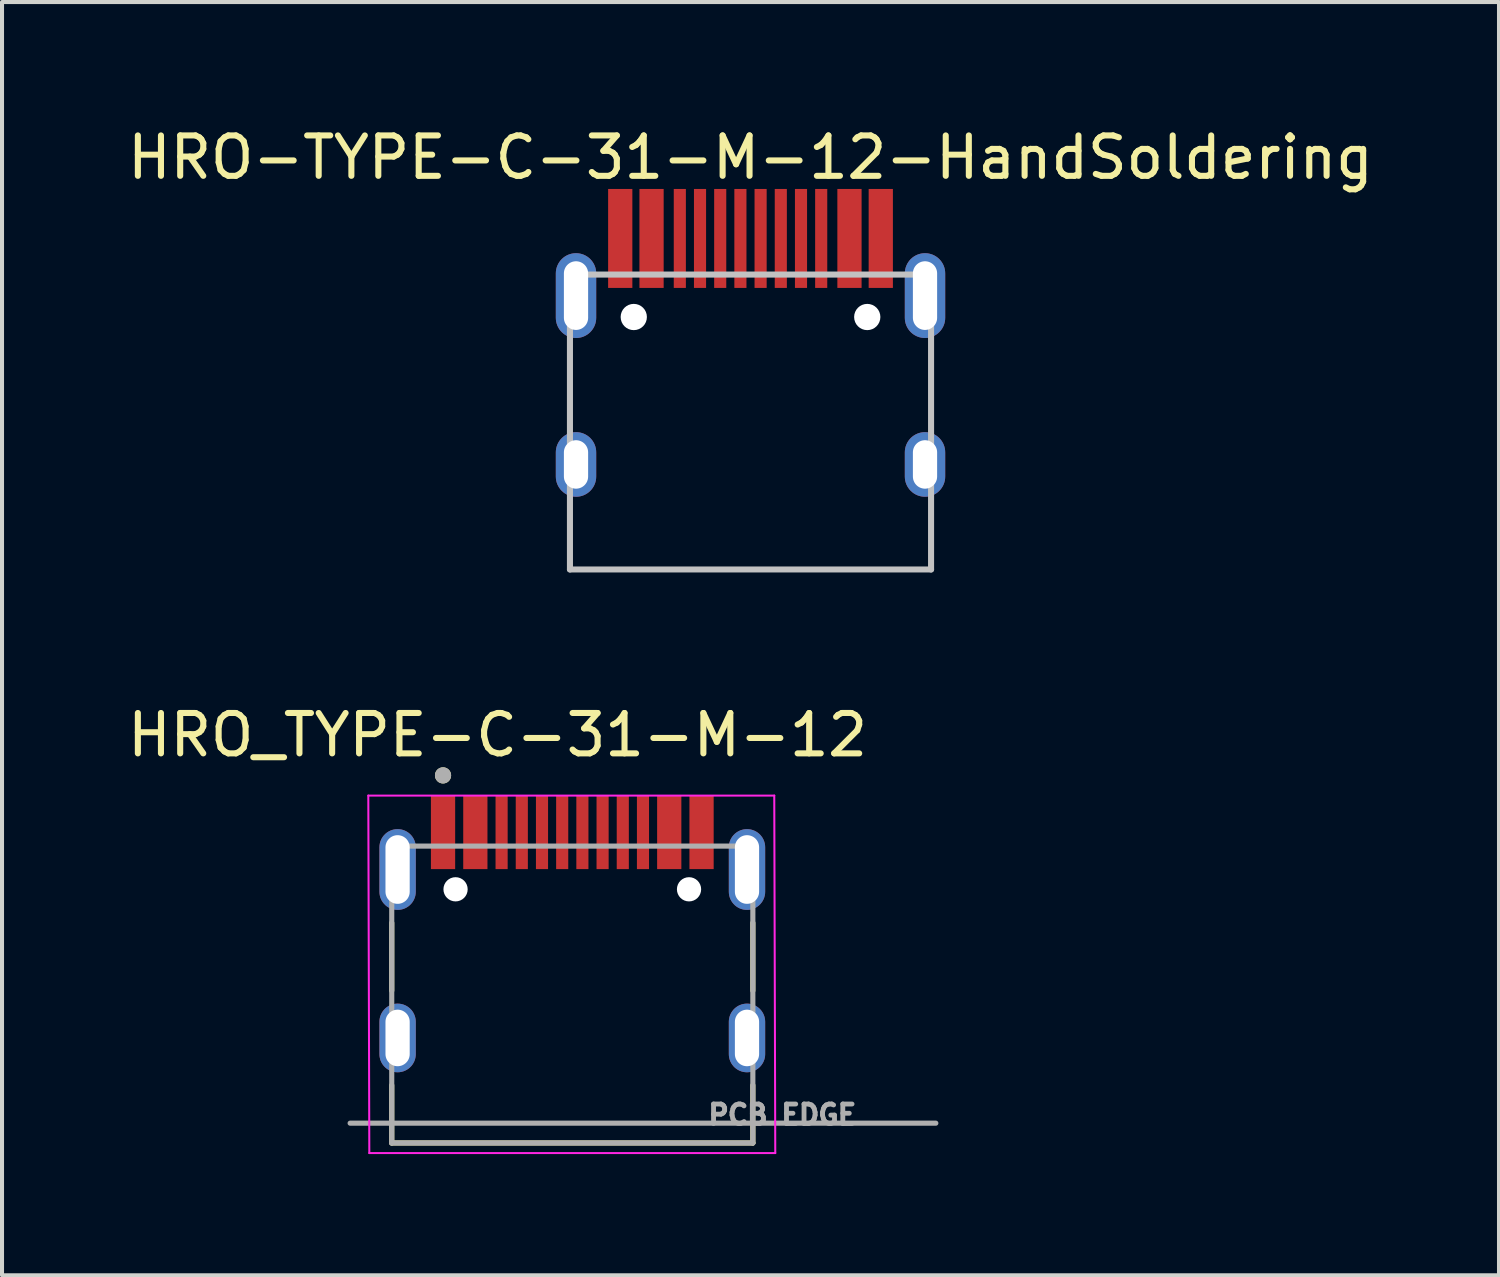
<source format=kicad_pcb>
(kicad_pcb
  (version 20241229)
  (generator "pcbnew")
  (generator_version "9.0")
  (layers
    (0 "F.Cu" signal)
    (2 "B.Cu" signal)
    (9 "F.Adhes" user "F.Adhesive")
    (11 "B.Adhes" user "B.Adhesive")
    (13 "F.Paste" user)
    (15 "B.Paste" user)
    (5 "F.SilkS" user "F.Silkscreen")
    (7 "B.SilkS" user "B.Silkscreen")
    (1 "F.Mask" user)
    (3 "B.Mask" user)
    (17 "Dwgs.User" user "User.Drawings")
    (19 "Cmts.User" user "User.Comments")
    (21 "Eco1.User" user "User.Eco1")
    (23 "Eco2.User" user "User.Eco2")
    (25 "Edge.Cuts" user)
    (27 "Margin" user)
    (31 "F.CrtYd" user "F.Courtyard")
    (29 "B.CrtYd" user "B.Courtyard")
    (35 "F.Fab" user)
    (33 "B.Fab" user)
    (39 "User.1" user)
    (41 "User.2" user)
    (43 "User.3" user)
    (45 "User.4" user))
  (footprint "HRO_TYPE-C-31-M-12"
    (layer "F.Cu")
    (at 11.118 22.646)
    (property "Reference" "HRO_TYPE-C-31-M-12" (at -1.85 -7.5 0) (layer "F.SilkS") (effects (font (size 1 1) (thickness 0.15))))
    (attr smd)
    (fp_poly (pts (xy -3.55 -6) (xy -2.85 -6) (xy -2.85 -4.13) (xy -3.55 -4.13)) (stroke (width 0.01) (type solid)) (fill yes) (layer "F.Mask"))
    (fp_poly (pts (xy -2.75 -6) (xy -2.05 -6) (xy -2.05 -4.13) (xy -2.75 -4.13)) (stroke (width 0.01) (type solid)) (fill yes) (layer "F.Mask"))
    (fp_poly (pts (xy -1.95 -6) (xy -1.55 -6) (xy -1.55 -4.13) (xy -1.95 -4.13)) (stroke (width 0.01) (type solid)) (fill yes) (layer "F.Mask"))
    (fp_poly (pts (xy -1.45 -6) (xy -1.05 -6) (xy -1.05 -4.13) (xy -1.45 -4.13)) (stroke (width 0.01) (type solid)) (fill yes) (layer "F.Mask"))
    (fp_poly (pts (xy -0.95 -6) (xy -0.55 -6) (xy -0.55 -4.13) (xy -0.95 -4.13)) (stroke (width 0.01) (type solid)) (fill yes) (layer "F.Mask"))
    (fp_poly (pts (xy -0.45 -6) (xy -0.05 -6) (xy -0.05 -4.13) (xy -0.45 -4.13)) (stroke (width 0.01) (type solid)) (fill yes) (layer "F.Mask"))
    (fp_poly (pts (xy 0.05 -6) (xy 0.45 -6) (xy 0.45 -4.13) (xy 0.05 -4.13)) (stroke (width 0.01) (type solid)) (fill yes) (layer "F.Mask"))
    (fp_poly (pts (xy 0.55 -6) (xy 0.95 -6) (xy 0.95 -4.13) (xy 0.55 -4.13)) (stroke (width 0.01) (type solid)) (fill yes) (layer "F.Mask"))
    (fp_poly (pts (xy 1.05 -6) (xy 1.45 -6) (xy 1.45 -4.13) (xy 1.05 -4.13)) (stroke (width 0.01) (type solid)) (fill yes) (layer "F.Mask"))
    (fp_poly (pts (xy 1.55 -6) (xy 1.95 -6) (xy 1.95 -4.13) (xy 1.55 -4.13)) (stroke (width 0.01) (type solid)) (fill yes) (layer "F.Mask"))
    (fp_poly (pts (xy 2.05 -6) (xy 2.75 -6) (xy 2.75 -4.13) (xy 2.05 -4.13)) (stroke (width 0.01) (type solid)) (fill yes) (layer "F.Mask"))
    (fp_poly (pts (xy 2.85 -6) (xy 3.55 -6) (xy 3.55 -4.13) (xy 2.85 -4.13)) (stroke (width 0.01) (type solid)) (fill yes) (layer "F.Mask"))
    (fp_line (start -4.47 -2.85) (end -4.47 -1.17) (stroke (width 0.127) (type solid)) (layer "F.SilkS"))
    (fp_line (start -4.47 2.6) (end -4.47 1.17) (stroke (width 0.127) (type solid)) (layer "F.SilkS"))
    (fp_line (start -4.47 2.6) (end 4.47 2.6) (stroke (width 0.127) (type solid)) (layer "F.SilkS"))
    (fp_line (start 4.47 -2.85) (end 4.47 -1.17) (stroke (width 0.127) (type solid)) (layer "F.SilkS"))
    (fp_line (start 4.47 2.6) (end 4.47 1.17) (stroke (width 0.127) (type solid)) (layer "F.SilkS"))
    (fp_circle (center -3.2 -6.5) (end -3.1 -6.5) (stroke (width 0.2) (type solid)) (fill no) (layer "F.SilkS"))
    (fp_line (start -5.05 -6) (end -5.025 2.85) (stroke (width 0.05) (type solid)) (layer "F.CrtYd"))
    (fp_line (start -5.025 2.85) (end 5.025 2.85) (stroke (width 0.05) (type solid)) (layer "F.CrtYd"))
    (fp_line (start 5 -6) (end -5.05 -6) (stroke (width 0.05) (type solid)) (layer "F.CrtYd"))
    (fp_line (start 5.025 2.85) (end 5 -6) (stroke (width 0.05) (type solid)) (layer "F.CrtYd"))
    (fp_line (start -5.5 2.11) (end 9 2.11) (stroke (width 0.127) (type solid)) (layer "F.Fab"))
    (fp_line (start -4.47 -4.75) (end -4.47 2.6) (stroke (width 0.127) (type solid)) (layer "F.Fab"))
    (fp_line (start -4.47 2.6) (end 4.47 2.6) (stroke (width 0.127) (type solid)) (layer "F.Fab"))
    (fp_line (start 4.47 -4.75) (end -4.47 -4.75) (stroke (width 0.127) (type solid)) (layer "F.Fab"))
    (fp_line (start 4.47 2.6) (end 4.47 -4.75) (stroke (width 0.127) (type solid)) (layer "F.Fab"))
    (fp_circle (center -3.2 -6.5) (end -3.1 -6.5) (stroke (width 0.2) (type solid)) (fill no) (layer "F.Fab"))
    (fp_text user "PCB EDGE" (at 5.2 1.9 0) (layer "F.Fab") (effects (font (size 0.48 0.48) (thickness 0.15))))
    (pad "" np_thru_hole circle (at -2.89 -3.68) (size 0.6 0.6) (drill 0.6) (layers "*.Cu" "*.Mask"))
    (pad "" np_thru_hole circle (at 2.89 -3.68) (size 0.6 0.6) (drill 0.6) (layers "*.Cu" "*.Mask"))
    (pad "A1_B12" smd rect (at -3.2 -5.09) (size 0.6 1.82) (layers "F.Cu" "F.Paste"))
    (pad "A4_B9" smd rect (at -2.4 -5.09) (size 0.6 1.82) (layers "F.Cu" "F.Paste"))
    (pad "A5" smd rect (at -1.25 -5.09) (size 0.3 1.82) (layers "F.Cu" "F.Paste"))
    (pad "A6" smd rect (at -0.25 -5.09) (size 0.3 1.82) (layers "F.Cu" "F.Paste"))
    (pad "A7" smd rect (at 0.25 -5.09) (size 0.3 1.82) (layers "F.Cu" "F.Paste"))
    (pad "A8" smd rect (at 1.25 -5.09) (size 0.3 1.82) (layers "F.Cu" "F.Paste"))
    (pad "B1_A12" smd rect (at 3.2 -5.09) (size 0.6 1.82) (layers "F.Cu" "F.Paste"))
    (pad "B4_A9" smd rect (at 2.4 -5.09) (size 0.6 1.82) (layers "F.Cu" "F.Paste"))
    (pad "B5" smd rect (at 1.75 -5.09) (size 0.3 1.82) (layers "F.Cu" "F.Paste"))
    (pad "B6" smd rect (at 0.75 -5.09) (size 0.3 1.82) (layers "F.Cu" "F.Paste"))
    (pad "B7" smd rect (at -0.75 -5.09) (size 0.3 1.82) (layers "F.Cu" "F.Paste"))
    (pad "B8" smd rect (at -1.75 -5.09) (size 0.3 1.82) (layers "F.Cu" "F.Paste"))
    (pad "S1" thru_hole oval (at -4.325 -4.17) (size 0.9 2) (drill oval 0.6 1.7) (layers "*.Cu" "*.Mask"))
    (pad "S2" thru_hole oval (at 4.325 -4.17) (size 0.9 2) (drill oval 0.6 1.7) (layers "*.Cu" "*.Mask"))
    (pad "S3" thru_hole oval (at -4.325 0) (size 0.9 1.7) (drill oval 0.6 1.4) (layers "*.Cu" "*.Mask"))
    (pad "S4" thru_hole oval (at 4.325 0) (size 0.9 1.7) (drill oval 0.6 1.4) (layers "*.Cu" "*.Mask")))
  (footprint "HRO-TYPE-C-31-M-12-HandSoldering"
    (layer "F.Cu")
    (at 15.53 11.048)
    (property "Reference" "HRO-TYPE-C-31-M-12-HandSoldering" (at 0 -10.2 0) (layer "F.SilkS") (effects (font (size 1 1) (thickness 0.15))))
    (attr smd)
    (fp_line (start -4.47 -7.3) (end 4.47 -7.3) (stroke (width 0.15) (type solid)) (layer "Dwgs.User"))
    (fp_line (start -4.47 0) (end -4.47 -7.3) (stroke (width 0.15) (type solid)) (layer "Dwgs.User"))
    (fp_line (start -4.47 0) (end 4.47 0) (stroke (width 0.15) (type solid)) (layer "Dwgs.User"))
    (fp_line (start 4.47 0) (end 4.47 -7.3) (stroke (width 0.15) (type solid)) (layer "Dwgs.User"))
    (pad "" np_thru_hole circle (at -2.89 -6.25) (size 0.65 0.65) (drill 0.65) (layers "*.Cu" "*.Mask"))
    (pad "" np_thru_hole circle (at 2.89 -6.25) (size 0.65 0.65) (drill 0.65) (layers "*.Cu" "*.Mask"))
    (pad "1" smd rect (at -3.225 -8.195) (size 0.6 2.45) (layers "F.Cu" "F.Mask" "F.Paste"))
    (pad "2" smd rect (at -2.45 -8.195) (size 0.6 2.45) (layers "F.Cu" "F.Mask" "F.Paste"))
    (pad "3" smd rect (at -1.75 -8.195) (size 0.3 2.45) (layers "F.Cu" "F.Mask" "F.Paste"))
    (pad "4" smd rect (at -1.25 -8.195) (size 0.3 2.45) (layers "F.Cu" "F.Mask" "F.Paste"))
    (pad "5" smd rect (at -0.75 -8.195) (size 0.3 2.45) (layers "F.Cu" "F.Mask" "F.Paste"))
    (pad "6" smd rect (at -0.25 -8.195) (size 0.3 2.45) (layers "F.Cu" "F.Mask" "F.Paste"))
    (pad "7" smd rect (at 0.25 -8.195) (size 0.3 2.45) (layers "F.Cu" "F.Mask" "F.Paste"))
    (pad "8" smd rect (at 0.75 -8.195) (size 0.3 2.45) (layers "F.Cu" "F.Mask" "F.Paste"))
    (pad "9" smd rect (at 1.25 -8.195) (size 0.3 2.45) (layers "F.Cu" "F.Mask" "F.Paste"))
    (pad "10" smd rect (at 1.75 -8.195) (size 0.3 2.45) (layers "F.Cu" "F.Mask" "F.Paste"))
    (pad "11" smd rect (at 2.45 -8.195) (size 0.6 2.45) (layers "F.Cu" "F.Mask" "F.Paste"))
    (pad "12" smd rect (at 3.225 -8.195) (size 0.6 2.45) (layers "F.Cu" "F.Mask" "F.Paste"))
    (pad "13" thru_hole oval (at -4.32 -6.78) (size 1 2.1) (drill oval 0.6 1.7) (layers "*.Cu" "B.Mask"))
    (pad "13" thru_hole oval (at -4.32 -2.6) (size 1 1.6) (drill oval 0.6 1.2) (layers "*.Cu" "B.Mask"))
    (pad "13" thru_hole oval (at 4.32 -6.78) (size 1 2.1) (drill oval 0.6 1.7) (layers "*.Cu" "B.Mask"))
    (pad "13" thru_hole oval (at 4.32 -2.6) (size 1 1.6) (drill oval 0.6 1.2) (layers "*.Cu" "B.Mask")))
  (gr_rect
    (start -3 -3)
    (end 34.06 28.521)
    (stroke (width 0.1) (type default))
    (fill no)
    (layer "Edge.Cuts")))
</source>
